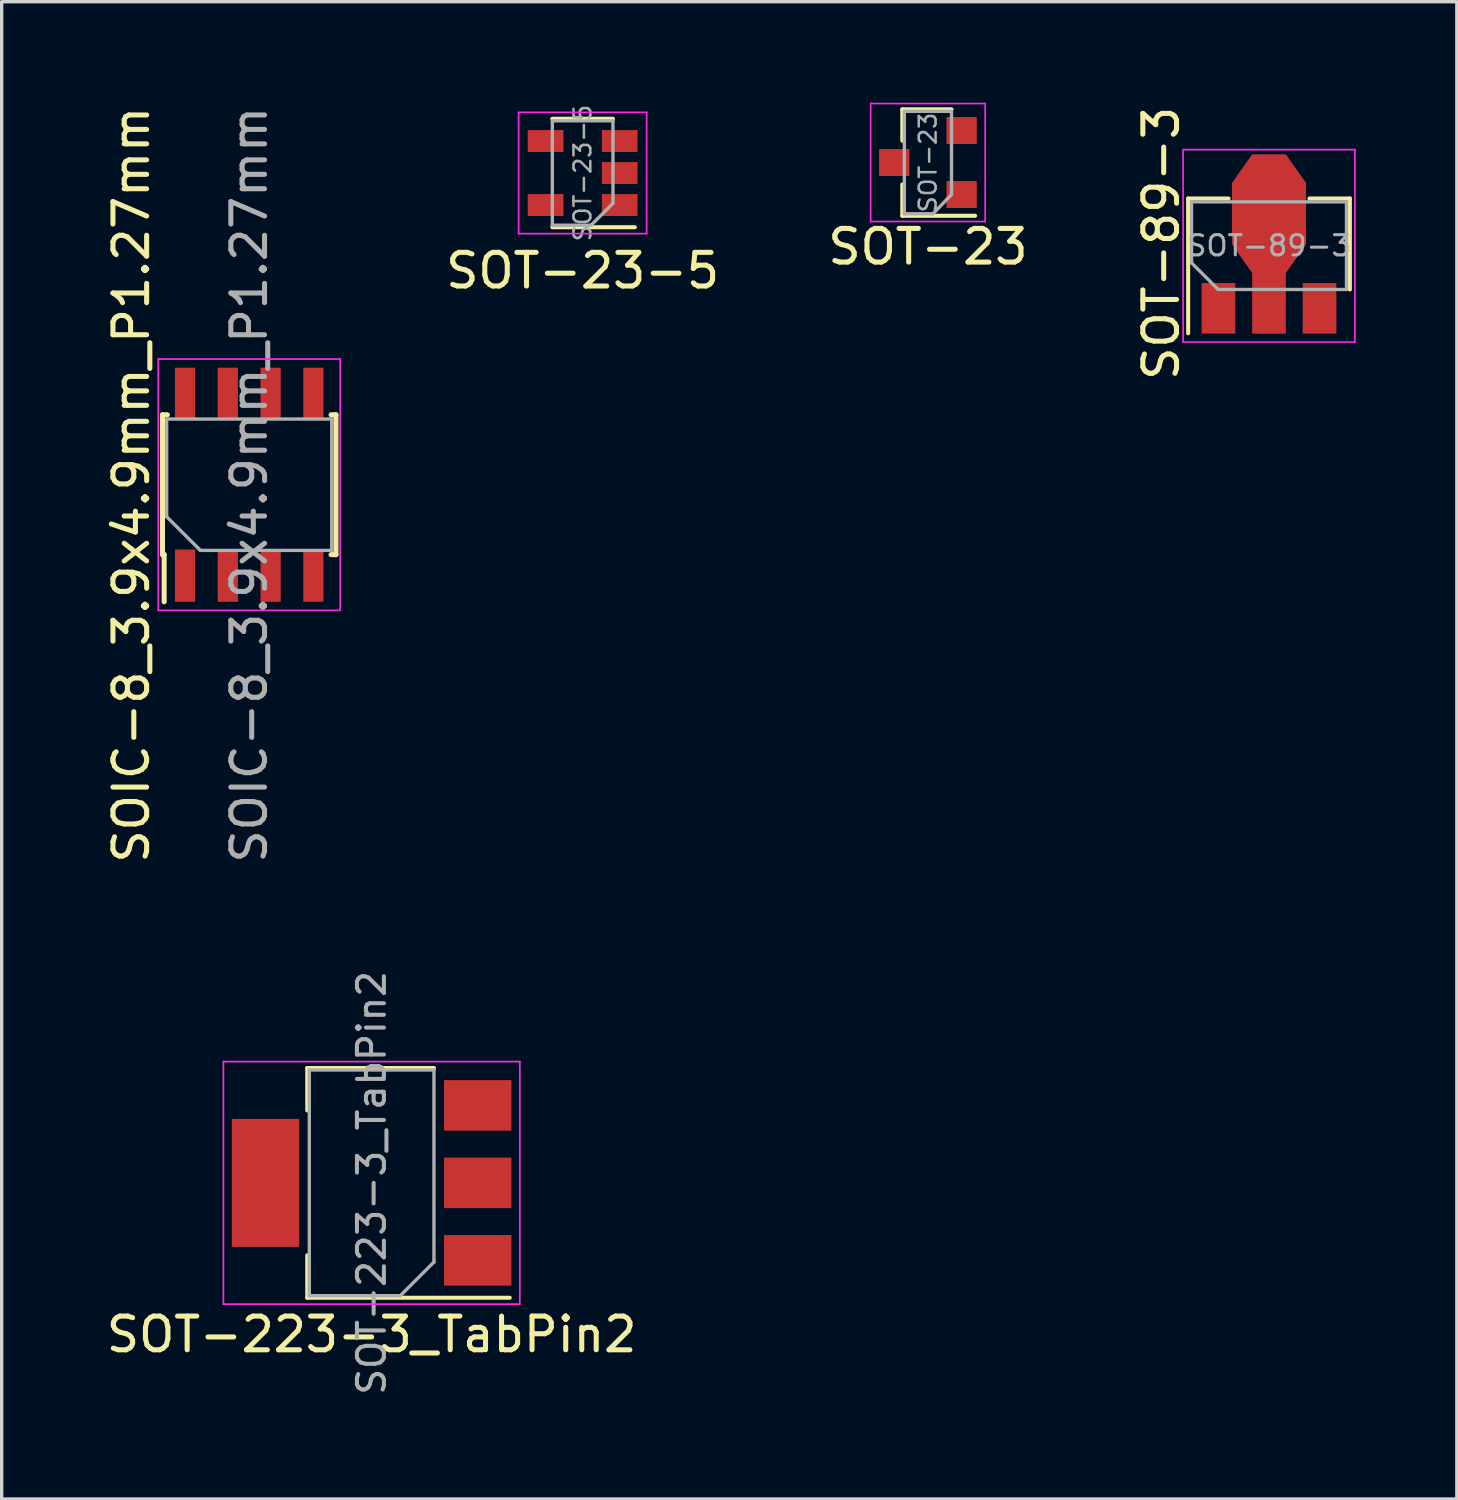
<source format=kicad_pcb>
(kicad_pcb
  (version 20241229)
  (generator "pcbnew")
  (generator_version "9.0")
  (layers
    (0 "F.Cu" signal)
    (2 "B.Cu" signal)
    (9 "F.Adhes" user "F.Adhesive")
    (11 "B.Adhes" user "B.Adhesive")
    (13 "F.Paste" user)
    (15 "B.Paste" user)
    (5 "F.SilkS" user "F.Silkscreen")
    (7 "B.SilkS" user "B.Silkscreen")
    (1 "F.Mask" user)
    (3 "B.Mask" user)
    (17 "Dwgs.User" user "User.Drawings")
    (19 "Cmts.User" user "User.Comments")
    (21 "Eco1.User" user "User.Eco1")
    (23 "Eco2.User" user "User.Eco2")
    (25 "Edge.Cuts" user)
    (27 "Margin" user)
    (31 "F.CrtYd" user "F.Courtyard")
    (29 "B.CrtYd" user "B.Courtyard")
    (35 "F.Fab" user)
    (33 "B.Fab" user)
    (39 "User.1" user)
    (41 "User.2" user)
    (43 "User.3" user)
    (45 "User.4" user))
  (footprint "SOT-23-5"
    (layer "F.Cu")
    (at 14.246 2.086)
    (property "Reference" "SOT-23-5" (at 0 2.9 180) (layer "F.SilkS") (effects (font (size 1 1) (thickness 0.15))))
    (attr smd)
    (fp_line (start -0.9 1.61) (end 1.55 1.61) (stroke (width 0.12) (type solid)) (layer "F.SilkS"))
    (fp_line (start 0.9 -1.61) (end -0.9 -1.61) (stroke (width 0.12) (type solid)) (layer "F.SilkS"))
    (fp_line (start -1.9 -1.8) (end 1.9 -1.8) (stroke (width 0.05) (type solid)) (layer "F.CrtYd"))
    (fp_line (start -1.9 1.8) (end -1.9 -1.8) (stroke (width 0.05) (type solid)) (layer "F.CrtYd"))
    (fp_line (start 1.9 -1.8) (end 1.9 1.8) (stroke (width 0.05) (type solid)) (layer "F.CrtYd"))
    (fp_line (start 1.9 1.8) (end -1.9 1.8) (stroke (width 0.05) (type solid)) (layer "F.CrtYd"))
    (fp_line (start -0.9 -1.55) (end 0.9 -1.55) (stroke (width 0.1) (type solid)) (layer "F.Fab"))
    (fp_line (start -0.9 1.55) (end -0.9 -1.55) (stroke (width 0.1) (type solid)) (layer "F.Fab"))
    (fp_line (start -0.9 1.55) (end 0.25 1.55) (stroke (width 0.1) (type solid)) (layer "F.Fab"))
    (fp_line (start 0.9 0.9) (end 0.25 1.55) (stroke (width 0.1) (type solid)) (layer "F.Fab"))
    (fp_line (start 0.9 0.9) (end 0.9 -1.55) (stroke (width 0.1) (type solid)) (layer "F.Fab"))
    (fp_text user "${REFERENCE}" (at 0 0 270) (layer "F.Fab") (effects (font (size 0.5 0.5) (thickness 0.075))))
    (pad "1" smd rect (at 1.1 0.95 180) (size 1.06 0.65) (layers "F.Cu" "F.Mask" "F.Paste"))
    (pad "2" smd rect (at 1.1 0 180) (size 1.06 0.65) (layers "F.Cu" "F.Mask" "F.Paste"))
    (pad "3" smd rect (at 1.1 -0.95 180) (size 1.06 0.65) (layers "F.Cu" "F.Mask" "F.Paste"))
    (pad "4" smd rect (at -1.1 -0.95 180) (size 1.06 0.65) (layers "F.Cu" "F.Mask" "F.Paste"))
    (pad "5" smd rect (at -1.1 0.95 180) (size 1.06 0.65) (layers "F.Cu" "F.Mask" "F.Paste")))
  (footprint "SOT-23"
    (layer "F.Cu")
    (at 24.496 1.775)
    (property "Reference" "SOT-23" (at 0 2.5 180) (layer "F.SilkS") (effects (font (size 1 1) (thickness 0.15))))
    (attr smd)
    (fp_line (start -0.76 -1.58) (end -0.76 -0.65) (stroke (width 0.12) (type solid)) (layer "F.SilkS"))
    (fp_line (start -0.76 -1.58) (end 0.7 -1.58) (stroke (width 0.12) (type solid)) (layer "F.SilkS"))
    (fp_line (start -0.76 1.58) (end -0.76 0.65) (stroke (width 0.12) (type solid)) (layer "F.SilkS"))
    (fp_line (start -0.76 1.58) (end 1.4 1.58) (stroke (width 0.12) (type solid)) (layer "F.SilkS"))
    (fp_line (start -1.7 -1.75) (end 1.7 -1.75) (stroke (width 0.05) (type solid)) (layer "F.CrtYd"))
    (fp_line (start -1.7 1.75) (end -1.7 -1.75) (stroke (width 0.05) (type solid)) (layer "F.CrtYd"))
    (fp_line (start 1.7 -1.75) (end 1.7 1.75) (stroke (width 0.05) (type solid)) (layer "F.CrtYd"))
    (fp_line (start 1.7 1.75) (end -1.7 1.75) (stroke (width 0.05) (type solid)) (layer "F.CrtYd"))
    (fp_line (start -0.7 1.52) (end -0.7 -1.52) (stroke (width 0.1) (type solid)) (layer "F.Fab"))
    (fp_line (start 0.15 1.52) (end -0.7 1.52) (stroke (width 0.1) (type solid)) (layer "F.Fab"))
    (fp_line (start 0.7 -1.52) (end -0.7 -1.52) (stroke (width 0.1) (type solid)) (layer "F.Fab"))
    (fp_line (start 0.7 0.95) (end 0.15 1.52) (stroke (width 0.1) (type solid)) (layer "F.Fab"))
    (fp_line (start 0.7 0.95) (end 0.7 -1.5) (stroke (width 0.1) (type solid)) (layer "F.Fab"))
    (fp_text user "${REFERENCE}" (at 0 0 270) (layer "F.Fab") (effects (font (size 0.5 0.5) (thickness 0.075))))
    (pad "1" smd rect (at 1 0.95 180) (size 0.9 0.8) (layers "F.Cu" "F.Mask" "F.Paste"))
    (pad "2" smd rect (at 1 -0.95 180) (size 0.9 0.8) (layers "F.Cu" "F.Mask" "F.Paste"))
    (pad "3" smd rect (at -1 0 180) (size 0.9 0.8) (layers "F.Cu" "F.Mask" "F.Paste")))
  (footprint "SOT-89-3"
    (layer "F.Cu")
    (at 34.621 4.623)
    (property "Reference" "SOT-89-3" (at -3.2 -0.45 90) (layer "F.SilkS") (effects (font (size 1 1) (thickness 0.15))))
    (attr smd)
    (fp_line (start -2.4 -1.78) (end -1.2 -1.78) (stroke (width 0.12) (type solid)) (layer "F.SilkS"))
    (fp_line (start -2.4 2.22) (end -2.4 -1.78) (stroke (width 0.12) (type solid)) (layer "F.SilkS"))
    (fp_line (start 1.2 -1.78) (end 2.4 -1.78) (stroke (width 0.12) (type solid)) (layer "F.SilkS"))
    (fp_line (start 2.4 -1.78) (end 2.4 0.92) (stroke (width 0.12) (type solid)) (layer "F.SilkS"))
    (fp_line (start -2.55 -3.23) (end -2.55 2.48) (stroke (width 0.05) (type solid)) (layer "F.CrtYd"))
    (fp_line (start -2.55 -3.23) (end 2.55 -3.23) (stroke (width 0.05) (type solid)) (layer "F.CrtYd"))
    (fp_line (start 2.55 2.48) (end -2.55 2.48) (stroke (width 0.05) (type solid)) (layer "F.CrtYd"))
    (fp_line (start 2.55 2.48) (end 2.55 -3.23) (stroke (width 0.05) (type solid)) (layer "F.CrtYd"))
    (fp_line (start -2.3 -1.68) (end 2.3 -1.68) (stroke (width 0.1) (type solid)) (layer "F.Fab"))
    (fp_line (start -2.3 0.13) (end -2.3 -1.68) (stroke (width 0.1) (type solid)) (layer "F.Fab"))
    (fp_line (start -1.51 0.92) (end -2.3 0.13) (stroke (width 0.1) (type solid)) (layer "F.Fab"))
    (fp_line (start 2.3 -1.68) (end 2.3 0.92) (stroke (width 0.1) (type solid)) (layer "F.Fab"))
    (fp_line (start 2.3 0.92) (end -1.51 0.92) (stroke (width 0.1) (type solid)) (layer "F.Fab"))
    (fp_text user "${REFERENCE}" (at 0 -0.38 180) (layer "F.Fab") (effects (font (size 0.6 0.6) (thickness 0.09))))
    (pad "1" smd rect (at -1.5 1.48) (size 1 1.5) (layers "F.Cu" "F.Mask" "F.Paste"))
    (pad "2" smd trapezoid (at 0 -2.667) (size 1.6 0.85) (rect_delta 0 0.6) (layers "F.Cu" "F.Mask" "F.Paste"))
    (pad "2" smd rect (at 0 -1.333) (size 2.2 1.84) (layers "F.Cu" "F.Mask" "F.Paste"))
    (pad "2" smd trapezoid (at 0 0.076 180) (size 1.5 1) (rect_delta 0 0.7) (layers "F.Cu" "F.Mask" "F.Paste"))
    (pad "2" smd rect (at 0 1.333) (size 1 1.8) (layers "F.Cu" "F.Mask" "F.Paste"))
    (pad "3" smd rect (at 1.5 1.48) (size 1 1.5) (layers "F.Cu" "F.Mask" "F.Paste")))
  (footprint "SOT-223-3_TabPin2"
    (layer "F.Cu")
    (at 7.982 32.064)
    (property "Reference" "SOT-223-3_TabPin2" (at 0 4.5 180) (layer "F.SilkS") (effects (font (size 1 1) (thickness 0.15))))
    (attr smd)
    (fp_line (start -1.91 -3.41) (end -1.91 -2.15) (stroke (width 0.12) (type solid)) (layer "F.SilkS"))
    (fp_line (start -1.91 3.41) (end -1.91 2.15) (stroke (width 0.12) (type solid)) (layer "F.SilkS"))
    (fp_line (start 1.85 -3.41) (end -1.91 -3.41) (stroke (width 0.12) (type solid)) (layer "F.SilkS"))
    (fp_line (start 4.1 3.41) (end -1.91 3.41) (stroke (width 0.12) (type solid)) (layer "F.SilkS"))
    (fp_line (start -4.4 -3.6) (end -4.4 3.6) (stroke (width 0.05) (type solid)) (layer "F.CrtYd"))
    (fp_line (start -4.4 3.6) (end 4.4 3.6) (stroke (width 0.05) (type solid)) (layer "F.CrtYd"))
    (fp_line (start 4.4 -3.6) (end -4.4 -3.6) (stroke (width 0.05) (type solid)) (layer "F.CrtYd"))
    (fp_line (start 4.4 3.6) (end 4.4 -3.6) (stroke (width 0.05) (type solid)) (layer "F.CrtYd"))
    (fp_line (start -1.85 3.35) (end -1.85 -3.35) (stroke (width 0.1) (type solid)) (layer "F.Fab"))
    (fp_line (start 0.85 3.35) (end -1.85 3.35) (stroke (width 0.1) (type solid)) (layer "F.Fab"))
    (fp_line (start 1.85 -3.35) (end -1.85 -3.35) (stroke (width 0.1) (type solid)) (layer "F.Fab"))
    (fp_line (start 1.85 2.35) (end 0.85 3.35) (stroke (width 0.1) (type solid)) (layer "F.Fab"))
    (fp_line (start 1.85 2.35) (end 1.85 -3.35) (stroke (width 0.1) (type solid)) (layer "F.Fab"))
    (fp_text user "${REFERENCE}" (at 0 0 270) (layer "F.Fab") (effects (font (size 0.8 0.8) (thickness 0.12))))
    (pad "1" smd rect (at 3.15 2.3 180) (size 2 1.5) (layers "F.Cu" "F.Mask" "F.Paste"))
    (pad "2" smd rect (at -3.15 0 180) (size 2 3.8) (layers "F.Cu" "F.Mask" "F.Paste"))
    (pad "2" smd rect (at 3.15 0 180) (size 2 1.5) (layers "F.Cu" "F.Mask" "F.Paste"))
    (pad "3" smd rect (at 3.15 -2.3 180) (size 2 1.5) (layers "F.Cu" "F.Mask" "F.Paste")))
  (footprint "SOIC-8_3.9x4.9mm_P1.27mm"
    (layer "F.Cu")
    (at 4.348 11.339)
    (property "Reference" "SOIC-8_3.9x4.9mm_P1.27mm" (at -3.5 0 90) (layer "F.SilkS") (effects (font (size 1 1) (thickness 0.15))))
    (attr smd)
    (fp_line (start -2.575 -2.075) (end -2.43 -2.075) (stroke (width 0.15) (type solid)) (layer "F.SilkS"))
    (fp_line (start -2.575 2.075) (end -2.575 -2.075) (stroke (width 0.15) (type solid)) (layer "F.SilkS"))
    (fp_line (start -2.575 2.075) (end -2.525 2.075) (stroke (width 0.15) (type solid)) (layer "F.SilkS"))
    (fp_line (start -2.525 2.075) (end -2.525 3.475) (stroke (width 0.15) (type solid)) (layer "F.SilkS"))
    (fp_line (start 2.575 -2.075) (end 2.43 -2.075) (stroke (width 0.15) (type solid)) (layer "F.SilkS"))
    (fp_line (start 2.575 2.075) (end 2.43 2.075) (stroke (width 0.15) (type solid)) (layer "F.SilkS"))
    (fp_line (start 2.575 2.075) (end 2.575 -2.075) (stroke (width 0.15) (type solid)) (layer "F.SilkS"))
    (fp_line (start -2.7 -3.73) (end 2.7 -3.73) (stroke (width 0.05) (type solid)) (layer "F.CrtYd"))
    (fp_line (start -2.7 3.73) (end -2.7 -3.73) (stroke (width 0.05) (type solid)) (layer "F.CrtYd"))
    (fp_line (start -2.7 3.73) (end 2.7 3.73) (stroke (width 0.05) (type solid)) (layer "F.CrtYd"))
    (fp_line (start 2.7 3.73) (end 2.7 -3.73) (stroke (width 0.05) (type solid)) (layer "F.CrtYd"))
    (fp_line (start -2.45 -1.95) (end 2.45 -1.95) (stroke (width 0.1) (type solid)) (layer "F.Fab"))
    (fp_line (start -2.45 0.95) (end -2.45 -1.95) (stroke (width 0.1) (type solid)) (layer "F.Fab"))
    (fp_line (start -1.45 1.95) (end -2.45 0.95) (stroke (width 0.1) (type solid)) (layer "F.Fab"))
    (fp_line (start 2.45 -1.95) (end 2.45 1.95) (stroke (width 0.1) (type solid)) (layer "F.Fab"))
    (fp_line (start 2.45 1.95) (end -1.45 1.95) (stroke (width 0.1) (type solid)) (layer "F.Fab"))
    (fp_text user "${REFERENCE}" (at 0 0 90) (layer "F.Fab") (effects (font (size 1 1) (thickness 0.15))))
    (pad "1" smd rect (at -1.905 2.7 90) (size 1.55 0.6) (layers "F.Cu" "F.Mask" "F.Paste"))
    (pad "2" smd rect (at -0.635 2.7 90) (size 1.55 0.6) (layers "F.Cu" "F.Mask" "F.Paste"))
    (pad "3" smd rect (at 0.635 2.7 90) (size 1.55 0.6) (layers "F.Cu" "F.Mask" "F.Paste"))
    (pad "4" smd rect (at 1.905 2.7 90) (size 1.55 0.6) (layers "F.Cu" "F.Mask" "F.Paste"))
    (pad "5" smd rect (at 1.905 -2.7 90) (size 1.55 0.6) (layers "F.Cu" "F.Mask" "F.Paste"))
    (pad "6" smd rect (at 0.635 -2.7 90) (size 1.55 0.6) (layers "F.Cu" "F.Mask" "F.Paste"))
    (pad "7" smd rect (at -0.635 -2.7 90) (size 1.55 0.6) (layers "F.Cu" "F.Mask" "F.Paste"))
    (pad "8" smd rect (at -1.905 -2.7 90) (size 1.55 0.6) (layers "F.Cu" "F.Mask" "F.Paste")))
  (gr_rect
    (start -3 -3)
    (end 40.197 41.45)
    (stroke (width 0.1) (type default))
    (fill no)
    (layer "Edge.Cuts")))
</source>
